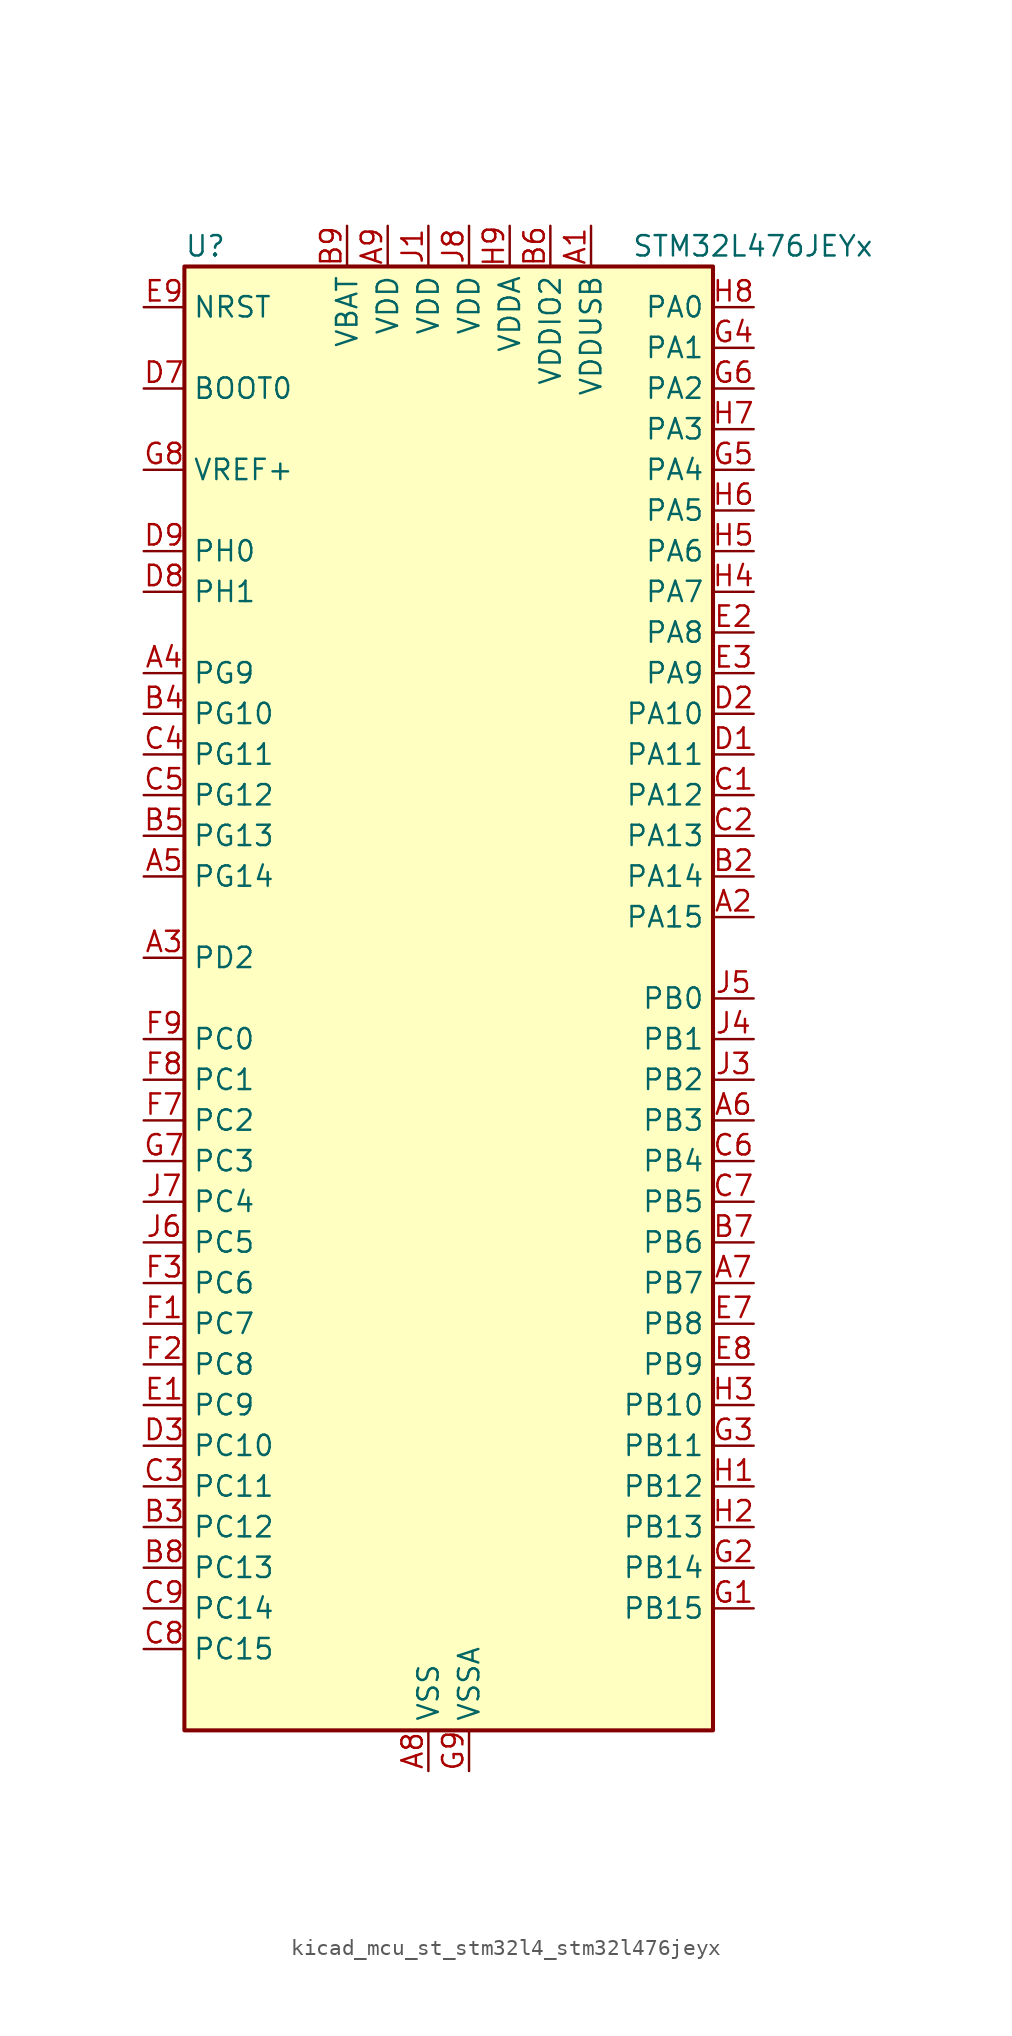
<source format=kicad_sym>
(kicad_symbol_lib
  (version 20220914)
  (generator kicad_symbol_editor)
  (symbol "kicad_mcu_st_stm32l4_stm32l476jeyx"
    (property "Reference" "U"
      (at -15.24 46.99 0)
      (effects (font (size 1.27 1.27)) (justify left)))
    (property "Value" "STM32L476JEYx"
      (at 12.7 46.99 0)
      (effects (font (size 1.27 1.27)) (justify left)))
    (property "ki_locked" ""
      (at 0 0 0)
      (effects (font (size 1.27 1.27))))
    (symbol "kicad_mcu_st_stm32l4_stm32l476jeyx_0_1"
      (rectangle (start -15.24 -45.72) (end 17.78 45.72) (stroke (width 0.254) (type default)) (fill (type background))))
    (symbol "kicad_mcu_st_stm32l4_stm32l476jeyx_1_1"
      (pin power_in line (at 10.16 48.26 270) (length 2.54) (name "VDDUSB" (effects (font (size 1.27 1.27)))) (number "A1" (effects (font (size 1.27 1.27)))))
      (pin bidirectional line (at 20.32 5.08 180) (length 2.54) (name "PA15" (effects (font (size 1.27 1.27)))) (number "A2" (effects (font (size 1.27 1.27)))) (alternate "ADC1_EXTI15" bidirectional line) (alternate "ADC2_EXTI15" bidirectional line) (alternate "ADC3_EXTI15" bidirectional line) (alternate "LCD_SEG17" bidirectional line) (alternate "SAI2_FS_B" bidirectional line) (alternate "SPI1_NSS" bidirectional line) (alternate "SPI3_NSS" bidirectional line) (alternate "SYS_JTDI" bidirectional line) (alternate "TIM2_CH1" bidirectional line) (alternate "TIM2_ETR" bidirectional line) (alternate "TSC_G3_IO1" bidirectional line) (alternate "UART4_DE" bidirectional line) (alternate "UART4_RTS" bidirectional line))
      (pin bidirectional line (at -17.78 2.54 0) (length 2.54) (name "PD2" (effects (font (size 1.27 1.27)))) (number "A3" (effects (font (size 1.27 1.27)))) (alternate "LCD_COM7" bidirectional line) (alternate "LCD_SEG31" bidirectional line) (alternate "LCD_SEG43" bidirectional line) (alternate "SDMMC1_CMD" bidirectional line) (alternate "TIM3_ETR" bidirectional line) (alternate "TSC_SYNC" bidirectional line) (alternate "UART5_RX" bidirectional line) (alternate "USART3_DE" bidirectional line) (alternate "USART3_RTS" bidirectional line))
      (pin bidirectional line (at -17.78 20.32 0) (length 2.54) (name "PG9" (effects (font (size 1.27 1.27)))) (number "A4" (effects (font (size 1.27 1.27)))) (alternate "DAC1_EXTI9" bidirectional line) (alternate "SAI2_SCK_A" bidirectional line) (alternate "SPI3_SCK" bidirectional line) (alternate "TIM15_CH1N" bidirectional line) (alternate "USART1_TX" bidirectional line))
      (pin bidirectional line (at -17.78 7.62 0) (length 2.54) (name "PG14" (effects (font (size 1.27 1.27)))) (number "A5" (effects (font (size 1.27 1.27)))) (alternate "I2C1_SCL" bidirectional line))
      (pin bidirectional line (at 20.32 -7.62 180) (length 2.54) (name "PB3" (effects (font (size 1.27 1.27)))) (number "A6" (effects (font (size 1.27 1.27)))) (alternate "COMP2_INM" bidirectional line) (alternate "LCD_SEG7" bidirectional line) (alternate "SAI1_SCK_B" bidirectional line) (alternate "SPI1_SCK" bidirectional line) (alternate "SPI3_SCK" bidirectional line) (alternate "SYS_JTDO-SWO" bidirectional line) (alternate "TIM2_CH2" bidirectional line) (alternate "USART1_DE" bidirectional line) (alternate "USART1_RTS" bidirectional line))
      (pin bidirectional line (at 20.32 -17.78 180) (length 2.54) (name "PB7" (effects (font (size 1.27 1.27)))) (number "A7" (effects (font (size 1.27 1.27)))) (alternate "COMP2_INM" bidirectional line) (alternate "DFSDM1_CKIN5" bidirectional line) (alternate "I2C1_SDA" bidirectional line) (alternate "LCD_SEG21" bidirectional line) (alternate "LPTIM1_IN2" bidirectional line) (alternate "SYS_PVD_IN" bidirectional line) (alternate "TIM17_CH1N" bidirectional line) (alternate "TIM4_CH2" bidirectional line) (alternate "TIM8_BKIN" bidirectional line) (alternate "TIM8_BKIN_COMP1" bidirectional line) (alternate "TSC_G2_IO4" bidirectional line) (alternate "UART4_CTS" bidirectional line) (alternate "USART1_RX" bidirectional line))
      (pin power_in line (at 0 -48.26 90) (length 2.54) (name "VSS" (effects (font (size 1.27 1.27)))) (number "A8" (effects (font (size 1.27 1.27)))))
      (pin power_in line (at -2.54 48.26 270) (length 2.54) (name "VDD" (effects (font (size 1.27 1.27)))) (number "A9" (effects (font (size 1.27 1.27)))))
      (pin passive line (at 0 -48.26 90) (length 2.54) hide (name "VSS" (effects (font (size 1.27 1.27)))) (number "B1" (effects (font (size 1.27 1.27)))))
      (pin bidirectional line (at 20.32 7.62 180) (length 2.54) (name "PA14" (effects (font (size 1.27 1.27)))) (number "B2" (effects (font (size 1.27 1.27)))) (alternate "SYS_JTCK-SWCLK" bidirectional line))
      (pin bidirectional line (at -17.78 -33.02 0) (length 2.54) (name "PC12" (effects (font (size 1.27 1.27)))) (number "B3" (effects (font (size 1.27 1.27)))) (alternate "LCD_COM6" bidirectional line) (alternate "LCD_SEG30" bidirectional line) (alternate "LCD_SEG42" bidirectional line) (alternate "SAI2_SD_B" bidirectional line) (alternate "SDMMC1_CK" bidirectional line) (alternate "SPI3_MOSI" bidirectional line) (alternate "TSC_G3_IO4" bidirectional line) (alternate "UART5_TX" bidirectional line) (alternate "USART3_CK" bidirectional line))
      (pin bidirectional line (at -17.78 17.78 0) (length 2.54) (name "PG10" (effects (font (size 1.27 1.27)))) (number "B4" (effects (font (size 1.27 1.27)))) (alternate "LPTIM1_IN1" bidirectional line) (alternate "SAI2_FS_A" bidirectional line) (alternate "SPI3_MISO" bidirectional line) (alternate "TIM15_CH1" bidirectional line) (alternate "USART1_RX" bidirectional line))
      (pin bidirectional line (at -17.78 10.16 0) (length 2.54) (name "PG13" (effects (font (size 1.27 1.27)))) (number "B5" (effects (font (size 1.27 1.27)))) (alternate "I2C1_SDA" bidirectional line) (alternate "USART1_CK" bidirectional line))
      (pin power_in line (at 7.62 48.26 270) (length 2.54) (name "VDDIO2" (effects (font (size 1.27 1.27)))) (number "B6" (effects (font (size 1.27 1.27)))))
      (pin bidirectional line (at 20.32 -15.24 180) (length 2.54) (name "PB6" (effects (font (size 1.27 1.27)))) (number "B7" (effects (font (size 1.27 1.27)))) (alternate "COMP2_INP" bidirectional line) (alternate "DFSDM1_DATIN5" bidirectional line) (alternate "I2C1_SCL" bidirectional line) (alternate "LPTIM1_ETR" bidirectional line) (alternate "SAI1_FS_B" bidirectional line) (alternate "TIM16_CH1N" bidirectional line) (alternate "TIM4_CH1" bidirectional line) (alternate "TIM8_BKIN2" bidirectional line) (alternate "TIM8_BKIN2_COMP2" bidirectional line) (alternate "TSC_G2_IO3" bidirectional line) (alternate "USART1_TX" bidirectional line))
      (pin bidirectional line (at -17.78 -35.56 0) (length 2.54) (name "PC13" (effects (font (size 1.27 1.27)))) (number "B8" (effects (font (size 1.27 1.27)))) (alternate "RTC_OUT_ALARM" bidirectional line) (alternate "RTC_OUT_CALIB" bidirectional line) (alternate "RTC_TAMP1" bidirectional line) (alternate "RTC_TS" bidirectional line) (alternate "SYS_WKUP2" bidirectional line))
      (pin power_in line (at -5.08 48.26 270) (length 2.54) (name "VBAT" (effects (font (size 1.27 1.27)))) (number "B9" (effects (font (size 1.27 1.27)))))
      (pin bidirectional line (at 20.32 12.7 180) (length 2.54) (name "PA12" (effects (font (size 1.27 1.27)))) (number "C1" (effects (font (size 1.27 1.27)))) (alternate "CAN1_TX" bidirectional line) (alternate "TIM1_ETR" bidirectional line) (alternate "USART1_DE" bidirectional line) (alternate "USART1_RTS" bidirectional line) (alternate "USB_OTG_FS_DP" bidirectional line))
      (pin bidirectional line (at 20.32 10.16 180) (length 2.54) (name "PA13" (effects (font (size 1.27 1.27)))) (number "C2" (effects (font (size 1.27 1.27)))) (alternate "IR_OUT" bidirectional line) (alternate "SYS_JTMS-SWDIO" bidirectional line) (alternate "USB_OTG_FS_NOE" bidirectional line))
      (pin bidirectional line (at -17.78 -30.48 0) (length 2.54) (name "PC11" (effects (font (size 1.27 1.27)))) (number "C3" (effects (font (size 1.27 1.27)))) (alternate "ADC1_EXTI11" bidirectional line) (alternate "ADC2_EXTI11" bidirectional line) (alternate "ADC3_EXTI11" bidirectional line) (alternate "LCD_COM5" bidirectional line) (alternate "LCD_SEG29" bidirectional line) (alternate "LCD_SEG41" bidirectional line) (alternate "SAI2_MCLK_B" bidirectional line) (alternate "SDMMC1_D3" bidirectional line) (alternate "SPI3_MISO" bidirectional line) (alternate "TSC_G3_IO3" bidirectional line) (alternate "UART4_RX" bidirectional line) (alternate "USART3_RX" bidirectional line))
      (pin bidirectional line (at -17.78 15.24 0) (length 2.54) (name "PG11" (effects (font (size 1.27 1.27)))) (number "C4" (effects (font (size 1.27 1.27)))) (alternate "ADC1_EXTI11" bidirectional line) (alternate "ADC2_EXTI11" bidirectional line) (alternate "ADC3_EXTI11" bidirectional line) (alternate "LPTIM1_IN2" bidirectional line) (alternate "SAI2_MCLK_A" bidirectional line) (alternate "SPI3_MOSI" bidirectional line) (alternate "TIM15_CH2" bidirectional line) (alternate "USART1_CTS" bidirectional line))
      (pin bidirectional line (at -17.78 12.7 0) (length 2.54) (name "PG12" (effects (font (size 1.27 1.27)))) (number "C5" (effects (font (size 1.27 1.27)))) (alternate "LPTIM1_ETR" bidirectional line) (alternate "SAI2_SD_A" bidirectional line) (alternate "SPI3_NSS" bidirectional line) (alternate "USART1_DE" bidirectional line) (alternate "USART1_RTS" bidirectional line))
      (pin bidirectional line (at 20.32 -10.16 180) (length 2.54) (name "PB4" (effects (font (size 1.27 1.27)))) (number "C6" (effects (font (size 1.27 1.27)))) (alternate "COMP2_INP" bidirectional line) (alternate "LCD_SEG8" bidirectional line) (alternate "SAI1_MCLK_B" bidirectional line) (alternate "SPI1_MISO" bidirectional line) (alternate "SPI3_MISO" bidirectional line) (alternate "SYS_JTRST" bidirectional line) (alternate "TIM17_BKIN" bidirectional line) (alternate "TIM3_CH1" bidirectional line) (alternate "TSC_G2_IO1" bidirectional line) (alternate "UART5_DE" bidirectional line) (alternate "UART5_RTS" bidirectional line) (alternate "USART1_CTS" bidirectional line))
      (pin bidirectional line (at 20.32 -12.7 180) (length 2.54) (name "PB5" (effects (font (size 1.27 1.27)))) (number "C7" (effects (font (size 1.27 1.27)))) (alternate "COMP2_OUT" bidirectional line) (alternate "I2C1_SMBA" bidirectional line) (alternate "LCD_SEG9" bidirectional line) (alternate "LPTIM1_IN1" bidirectional line) (alternate "SAI1_SD_B" bidirectional line) (alternate "SPI1_MOSI" bidirectional line) (alternate "SPI3_MOSI" bidirectional line) (alternate "TIM16_BKIN" bidirectional line) (alternate "TIM3_CH2" bidirectional line) (alternate "TSC_G2_IO2" bidirectional line) (alternate "UART5_CTS" bidirectional line) (alternate "USART1_CK" bidirectional line))
      (pin bidirectional line (at -17.78 -40.64 0) (length 2.54) (name "PC15" (effects (font (size 1.27 1.27)))) (number "C8" (effects (font (size 1.27 1.27)))) (alternate "ADC1_EXTI15" bidirectional line) (alternate "ADC2_EXTI15" bidirectional line) (alternate "ADC3_EXTI15" bidirectional line) (alternate "RCC_OSC32_OUT" bidirectional line))
      (pin bidirectional line (at -17.78 -38.1 0) (length 2.54) (name "PC14" (effects (font (size 1.27 1.27)))) (number "C9" (effects (font (size 1.27 1.27)))) (alternate "RCC_OSC32_IN" bidirectional line))
      (pin bidirectional line (at 20.32 15.24 180) (length 2.54) (name "PA11" (effects (font (size 1.27 1.27)))) (number "D1" (effects (font (size 1.27 1.27)))) (alternate "ADC1_EXTI11" bidirectional line) (alternate "ADC2_EXTI11" bidirectional line) (alternate "ADC3_EXTI11" bidirectional line) (alternate "CAN1_RX" bidirectional line) (alternate "TIM1_BKIN2" bidirectional line) (alternate "TIM1_BKIN2_COMP1" bidirectional line) (alternate "TIM1_CH4" bidirectional line) (alternate "USART1_CTS" bidirectional line) (alternate "USB_OTG_FS_DM" bidirectional line))
      (pin bidirectional line (at 20.32 17.78 180) (length 2.54) (name "PA10" (effects (font (size 1.27 1.27)))) (number "D2" (effects (font (size 1.27 1.27)))) (alternate "LCD_COM2" bidirectional line) (alternate "TIM17_BKIN" bidirectional line) (alternate "TIM1_CH3" bidirectional line) (alternate "USART1_RX" bidirectional line) (alternate "USB_OTG_FS_ID" bidirectional line))
      (pin bidirectional line (at -17.78 -27.94 0) (length 2.54) (name "PC10" (effects (font (size 1.27 1.27)))) (number "D3" (effects (font (size 1.27 1.27)))) (alternate "LCD_COM4" bidirectional line) (alternate "LCD_SEG28" bidirectional line) (alternate "LCD_SEG40" bidirectional line) (alternate "SAI2_SCK_B" bidirectional line) (alternate "SDMMC1_D2" bidirectional line) (alternate "SPI3_SCK" bidirectional line) (alternate "TSC_G3_IO2" bidirectional line) (alternate "UART4_TX" bidirectional line) (alternate "USART3_TX" bidirectional line))
      (pin input line (at -17.78 38.1 0) (length 2.54) (name "BOOT0" (effects (font (size 1.27 1.27)))) (number "D7" (effects (font (size 1.27 1.27)))))
      (pin bidirectional line (at -17.78 25.4 0) (length 2.54) (name "PH1" (effects (font (size 1.27 1.27)))) (number "D8" (effects (font (size 1.27 1.27)))) (alternate "RCC_OSC_OUT" bidirectional line))
      (pin bidirectional line (at -17.78 27.94 0) (length 2.54) (name "PH0" (effects (font (size 1.27 1.27)))) (number "D9" (effects (font (size 1.27 1.27)))) (alternate "RCC_OSC_IN" bidirectional line))
      (pin bidirectional line (at -17.78 -25.4 0) (length 2.54) (name "PC9" (effects (font (size 1.27 1.27)))) (number "E1" (effects (font (size 1.27 1.27)))) (alternate "DAC1_EXTI9" bidirectional line) (alternate "LCD_SEG27" bidirectional line) (alternate "SAI2_EXTCLK" bidirectional line) (alternate "SDMMC1_D1" bidirectional line) (alternate "TIM3_CH4" bidirectional line) (alternate "TIM8_BKIN2" bidirectional line) (alternate "TIM8_BKIN2_COMP1" bidirectional line) (alternate "TIM8_CH4" bidirectional line) (alternate "TSC_G4_IO4" bidirectional line) (alternate "USB_OTG_FS_NOE" bidirectional line))
      (pin bidirectional line (at 20.32 22.86 180) (length 2.54) (name "PA8" (effects (font (size 1.27 1.27)))) (number "E2" (effects (font (size 1.27 1.27)))) (alternate "LCD_COM0" bidirectional line) (alternate "LPTIM2_OUT" bidirectional line) (alternate "RCC_MCO" bidirectional line) (alternate "TIM1_CH1" bidirectional line) (alternate "USART1_CK" bidirectional line) (alternate "USB_OTG_FS_SOF" bidirectional line))
      (pin bidirectional line (at 20.32 20.32 180) (length 2.54) (name "PA9" (effects (font (size 1.27 1.27)))) (number "E3" (effects (font (size 1.27 1.27)))) (alternate "DAC1_EXTI9" bidirectional line) (alternate "LCD_COM1" bidirectional line) (alternate "TIM15_BKIN" bidirectional line) (alternate "TIM1_CH2" bidirectional line) (alternate "USART1_TX" bidirectional line) (alternate "USB_OTG_FS_VBUS" bidirectional line))
      (pin bidirectional line (at 20.32 -20.32 180) (length 2.54) (name "PB8" (effects (font (size 1.27 1.27)))) (number "E7" (effects (font (size 1.27 1.27)))) (alternate "CAN1_RX" bidirectional line) (alternate "DFSDM1_DATIN6" bidirectional line) (alternate "I2C1_SCL" bidirectional line) (alternate "LCD_SEG16" bidirectional line) (alternate "SAI1_MCLK_A" bidirectional line) (alternate "SDMMC1_D4" bidirectional line) (alternate "TIM16_CH1" bidirectional line) (alternate "TIM4_CH3" bidirectional line))
      (pin bidirectional line (at 20.32 -22.86 180) (length 2.54) (name "PB9" (effects (font (size 1.27 1.27)))) (number "E8" (effects (font (size 1.27 1.27)))) (alternate "CAN1_TX" bidirectional line) (alternate "DAC1_EXTI9" bidirectional line) (alternate "DFSDM1_CKIN6" bidirectional line) (alternate "I2C1_SDA" bidirectional line) (alternate "IR_OUT" bidirectional line) (alternate "LCD_COM3" bidirectional line) (alternate "SAI1_FS_A" bidirectional line) (alternate "SDMMC1_D5" bidirectional line) (alternate "SPI2_NSS" bidirectional line) (alternate "TIM17_CH1" bidirectional line) (alternate "TIM4_CH4" bidirectional line))
      (pin input line (at -17.78 43.18 0) (length 2.54) (name "NRST" (effects (font (size 1.27 1.27)))) (number "E9" (effects (font (size 1.27 1.27)))))
      (pin bidirectional line (at -17.78 -20.32 0) (length 2.54) (name "PC7" (effects (font (size 1.27 1.27)))) (number "F1" (effects (font (size 1.27 1.27)))) (alternate "DFSDM1_DATIN3" bidirectional line) (alternate "LCD_SEG25" bidirectional line) (alternate "SAI2_MCLK_B" bidirectional line) (alternate "SDMMC1_D7" bidirectional line) (alternate "TIM3_CH2" bidirectional line) (alternate "TIM8_CH2" bidirectional line) (alternate "TSC_G4_IO2" bidirectional line))
      (pin bidirectional line (at -17.78 -22.86 0) (length 2.54) (name "PC8" (effects (font (size 1.27 1.27)))) (number "F2" (effects (font (size 1.27 1.27)))) (alternate "LCD_SEG26" bidirectional line) (alternate "SDMMC1_D0" bidirectional line) (alternate "TIM3_CH3" bidirectional line) (alternate "TIM8_CH3" bidirectional line) (alternate "TSC_G4_IO3" bidirectional line))
      (pin bidirectional line (at -17.78 -17.78 0) (length 2.54) (name "PC6" (effects (font (size 1.27 1.27)))) (number "F3" (effects (font (size 1.27 1.27)))) (alternate "DFSDM1_CKIN3" bidirectional line) (alternate "LCD_SEG24" bidirectional line) (alternate "SAI2_MCLK_A" bidirectional line) (alternate "SDMMC1_D6" bidirectional line) (alternate "TIM3_CH1" bidirectional line) (alternate "TIM8_CH1" bidirectional line) (alternate "TSC_G4_IO1" bidirectional line))
      (pin bidirectional line (at -17.78 -7.62 0) (length 2.54) (name "PC2" (effects (font (size 1.27 1.27)))) (number "F7" (effects (font (size 1.27 1.27)))) (alternate "ADC1_IN3" bidirectional line) (alternate "ADC2_IN3" bidirectional line) (alternate "ADC3_IN3" bidirectional line) (alternate "DFSDM1_CKOUT" bidirectional line) (alternate "LCD_SEG20" bidirectional line) (alternate "LPTIM1_IN2" bidirectional line) (alternate "SPI2_MISO" bidirectional line))
      (pin bidirectional line (at -17.78 -5.08 0) (length 2.54) (name "PC1" (effects (font (size 1.27 1.27)))) (number "F8" (effects (font (size 1.27 1.27)))) (alternate "ADC1_IN2" bidirectional line) (alternate "ADC2_IN2" bidirectional line) (alternate "ADC3_IN2" bidirectional line) (alternate "DFSDM1_CKIN4" bidirectional line) (alternate "I2C3_SDA" bidirectional line) (alternate "LCD_SEG19" bidirectional line) (alternate "LPTIM1_OUT" bidirectional line) (alternate "LPUART1_TX" bidirectional line))
      (pin bidirectional line (at -17.78 -2.54 0) (length 2.54) (name "PC0" (effects (font (size 1.27 1.27)))) (number "F9" (effects (font (size 1.27 1.27)))) (alternate "ADC1_IN1" bidirectional line) (alternate "ADC2_IN1" bidirectional line) (alternate "ADC3_IN1" bidirectional line) (alternate "DFSDM1_DATIN4" bidirectional line) (alternate "I2C3_SCL" bidirectional line) (alternate "LCD_SEG18" bidirectional line) (alternate "LPTIM1_IN1" bidirectional line) (alternate "LPTIM2_IN1" bidirectional line) (alternate "LPUART1_RX" bidirectional line))
      (pin bidirectional line (at 20.32 -38.1 180) (length 2.54) (name "PB15" (effects (font (size 1.27 1.27)))) (number "G1" (effects (font (size 1.27 1.27)))) (alternate "ADC1_EXTI15" bidirectional line) (alternate "ADC2_EXTI15" bidirectional line) (alternate "ADC3_EXTI15" bidirectional line) (alternate "DFSDM1_CKIN2" bidirectional line) (alternate "LCD_SEG15" bidirectional line) (alternate "RTC_REFIN" bidirectional line) (alternate "SAI2_SD_A" bidirectional line) (alternate "SPI2_MOSI" bidirectional line) (alternate "SWPMI1_SUSPEND" bidirectional line) (alternate "TIM15_CH2" bidirectional line) (alternate "TIM1_CH3N" bidirectional line) (alternate "TIM8_CH3N" bidirectional line) (alternate "TSC_G1_IO4" bidirectional line))
      (pin bidirectional line (at 20.32 -35.56 180) (length 2.54) (name "PB14" (effects (font (size 1.27 1.27)))) (number "G2" (effects (font (size 1.27 1.27)))) (alternate "DFSDM1_DATIN2" bidirectional line) (alternate "I2C2_SDA" bidirectional line) (alternate "LCD_SEG14" bidirectional line) (alternate "SAI2_MCLK_A" bidirectional line) (alternate "SPI2_MISO" bidirectional line) (alternate "SWPMI1_RX" bidirectional line) (alternate "TIM15_CH1" bidirectional line) (alternate "TIM1_CH2N" bidirectional line) (alternate "TIM8_CH2N" bidirectional line) (alternate "TSC_G1_IO3" bidirectional line) (alternate "USART3_DE" bidirectional line) (alternate "USART3_RTS" bidirectional line))
      (pin bidirectional line (at 20.32 -27.94 180) (length 2.54) (name "PB11" (effects (font (size 1.27 1.27)))) (number "G3" (effects (font (size 1.27 1.27)))) (alternate "ADC1_EXTI11" bidirectional line) (alternate "ADC2_EXTI11" bidirectional line) (alternate "ADC3_EXTI11" bidirectional line) (alternate "COMP2_OUT" bidirectional line) (alternate "DFSDM1_CKIN7" bidirectional line) (alternate "I2C2_SDA" bidirectional line) (alternate "LCD_SEG11" bidirectional line) (alternate "LPUART1_TX" bidirectional line) (alternate "QUADSPI_NCS" bidirectional line) (alternate "TIM2_CH4" bidirectional line) (alternate "USART3_RX" bidirectional line))
      (pin bidirectional line (at 20.32 40.64 180) (length 2.54) (name "PA1" (effects (font (size 1.27 1.27)))) (number "G4" (effects (font (size 1.27 1.27)))) (alternate "ADC1_IN6" bidirectional line) (alternate "ADC2_IN6" bidirectional line) (alternate "LCD_SEG0" bidirectional line) (alternate "OPAMP1_VINM" bidirectional line) (alternate "TIM15_CH1N" bidirectional line) (alternate "TIM2_CH2" bidirectional line) (alternate "TIM5_CH2" bidirectional line) (alternate "UART4_RX" bidirectional line) (alternate "USART2_DE" bidirectional line) (alternate "USART2_RTS" bidirectional line))
      (pin bidirectional line (at 20.32 33.02 180) (length 2.54) (name "PA4" (effects (font (size 1.27 1.27)))) (number "G5" (effects (font (size 1.27 1.27)))) (alternate "ADC1_IN9" bidirectional line) (alternate "ADC2_IN9" bidirectional line) (alternate "DAC1_OUT1" bidirectional line) (alternate "LPTIM2_OUT" bidirectional line) (alternate "SAI1_FS_B" bidirectional line) (alternate "SPI1_NSS" bidirectional line) (alternate "SPI3_NSS" bidirectional line) (alternate "USART2_CK" bidirectional line))
      (pin bidirectional line (at 20.32 38.1 180) (length 2.54) (name "PA2" (effects (font (size 1.27 1.27)))) (number "G6" (effects (font (size 1.27 1.27)))) (alternate "ADC1_IN7" bidirectional line) (alternate "ADC2_IN7" bidirectional line) (alternate "LCD_SEG1" bidirectional line) (alternate "RCC_LSCO" bidirectional line) (alternate "SAI2_EXTCLK" bidirectional line) (alternate "SYS_WKUP4" bidirectional line) (alternate "TIM15_CH1" bidirectional line) (alternate "TIM2_CH3" bidirectional line) (alternate "TIM5_CH3" bidirectional line) (alternate "USART2_TX" bidirectional line))
      (pin bidirectional line (at -17.78 -10.16 0) (length 2.54) (name "PC3" (effects (font (size 1.27 1.27)))) (number "G7" (effects (font (size 1.27 1.27)))) (alternate "ADC1_IN4" bidirectional line) (alternate "ADC2_IN4" bidirectional line) (alternate "ADC3_IN4" bidirectional line) (alternate "LCD_VLCD" bidirectional line) (alternate "LPTIM1_ETR" bidirectional line) (alternate "LPTIM2_ETR" bidirectional line) (alternate "SAI1_SD_A" bidirectional line) (alternate "SPI2_MOSI" bidirectional line))
      (pin input line (at -17.78 33.02 0) (length 2.54) (name "VREF+" (effects (font (size 1.27 1.27)))) (number "G8" (effects (font (size 1.27 1.27)))) (alternate "VREFBUF_OUT" bidirectional line))
      (pin power_in line (at 2.54 -48.26 90) (length 2.54) (name "VSSA" (effects (font (size 1.27 1.27)))) (number "G9" (effects (font (size 1.27 1.27)))))
      (pin bidirectional line (at 20.32 -30.48 180) (length 2.54) (name "PB12" (effects (font (size 1.27 1.27)))) (number "H1" (effects (font (size 1.27 1.27)))) (alternate "DFSDM1_DATIN1" bidirectional line) (alternate "I2C2_SMBA" bidirectional line) (alternate "LCD_SEG12" bidirectional line) (alternate "LPUART1_DE" bidirectional line) (alternate "LPUART1_RTS" bidirectional line) (alternate "SAI2_FS_A" bidirectional line) (alternate "SPI2_NSS" bidirectional line) (alternate "SWPMI1_IO" bidirectional line) (alternate "TIM15_BKIN" bidirectional line) (alternate "TIM1_BKIN" bidirectional line) (alternate "TIM1_BKIN_COMP2" bidirectional line) (alternate "TSC_G1_IO1" bidirectional line) (alternate "USART3_CK" bidirectional line))
      (pin bidirectional line (at 20.32 -33.02 180) (length 2.54) (name "PB13" (effects (font (size 1.27 1.27)))) (number "H2" (effects (font (size 1.27 1.27)))) (alternate "DFSDM1_CKIN1" bidirectional line) (alternate "I2C2_SCL" bidirectional line) (alternate "LCD_SEG13" bidirectional line) (alternate "LPUART1_CTS" bidirectional line) (alternate "SAI2_SCK_A" bidirectional line) (alternate "SPI2_SCK" bidirectional line) (alternate "SWPMI1_TX" bidirectional line) (alternate "TIM15_CH1N" bidirectional line) (alternate "TIM1_CH1N" bidirectional line) (alternate "TSC_G1_IO2" bidirectional line) (alternate "USART3_CTS" bidirectional line))
      (pin bidirectional line (at 20.32 -25.4 180) (length 2.54) (name "PB10" (effects (font (size 1.27 1.27)))) (number "H3" (effects (font (size 1.27 1.27)))) (alternate "COMP1_OUT" bidirectional line) (alternate "DFSDM1_DATIN7" bidirectional line) (alternate "I2C2_SCL" bidirectional line) (alternate "LCD_SEG10" bidirectional line) (alternate "LPUART1_RX" bidirectional line) (alternate "QUADSPI_CLK" bidirectional line) (alternate "SAI1_SCK_A" bidirectional line) (alternate "SPI2_SCK" bidirectional line) (alternate "TIM2_CH3" bidirectional line) (alternate "USART3_TX" bidirectional line))
      (pin bidirectional line (at 20.32 25.4 180) (length 2.54) (name "PA7" (effects (font (size 1.27 1.27)))) (number "H4" (effects (font (size 1.27 1.27)))) (alternate "ADC1_IN12" bidirectional line) (alternate "ADC2_IN12" bidirectional line) (alternate "LCD_SEG4" bidirectional line) (alternate "OPAMP2_VINM" bidirectional line) (alternate "QUADSPI_BK1_IO2" bidirectional line) (alternate "SPI1_MOSI" bidirectional line) (alternate "TIM17_CH1" bidirectional line) (alternate "TIM1_CH1N" bidirectional line) (alternate "TIM3_CH2" bidirectional line) (alternate "TIM8_CH1N" bidirectional line))
      (pin bidirectional line (at 20.32 27.94 180) (length 2.54) (name "PA6" (effects (font (size 1.27 1.27)))) (number "H5" (effects (font (size 1.27 1.27)))) (alternate "ADC1_IN11" bidirectional line) (alternate "ADC2_IN11" bidirectional line) (alternate "LCD_SEG3" bidirectional line) (alternate "OPAMP2_VINP" bidirectional line) (alternate "QUADSPI_BK1_IO3" bidirectional line) (alternate "SPI1_MISO" bidirectional line) (alternate "TIM16_CH1" bidirectional line) (alternate "TIM1_BKIN" bidirectional line) (alternate "TIM1_BKIN_COMP2" bidirectional line) (alternate "TIM3_CH1" bidirectional line) (alternate "TIM8_BKIN" bidirectional line) (alternate "TIM8_BKIN_COMP2" bidirectional line) (alternate "USART3_CTS" bidirectional line))
      (pin bidirectional line (at 20.32 30.48 180) (length 2.54) (name "PA5" (effects (font (size 1.27 1.27)))) (number "H6" (effects (font (size 1.27 1.27)))) (alternate "ADC1_IN10" bidirectional line) (alternate "ADC2_IN10" bidirectional line) (alternate "DAC1_OUT2" bidirectional line) (alternate "LPTIM2_ETR" bidirectional line) (alternate "SPI1_SCK" bidirectional line) (alternate "TIM2_CH1" bidirectional line) (alternate "TIM2_ETR" bidirectional line) (alternate "TIM8_CH1N" bidirectional line))
      (pin bidirectional line (at 20.32 35.56 180) (length 2.54) (name "PA3" (effects (font (size 1.27 1.27)))) (number "H7" (effects (font (size 1.27 1.27)))) (alternate "ADC1_IN8" bidirectional line) (alternate "ADC2_IN8" bidirectional line) (alternate "LCD_SEG2" bidirectional line) (alternate "OPAMP1_VOUT" bidirectional line) (alternate "TIM15_CH2" bidirectional line) (alternate "TIM2_CH4" bidirectional line) (alternate "TIM5_CH4" bidirectional line) (alternate "USART2_RX" bidirectional line))
      (pin bidirectional line (at 20.32 43.18 180) (length 2.54) (name "PA0" (effects (font (size 1.27 1.27)))) (number "H8" (effects (font (size 1.27 1.27)))) (alternate "ADC1_IN5" bidirectional line) (alternate "ADC2_IN5" bidirectional line) (alternate "OPAMP1_VINP" bidirectional line) (alternate "RTC_TAMP2" bidirectional line) (alternate "SAI1_EXTCLK" bidirectional line) (alternate "SYS_WKUP1" bidirectional line) (alternate "TIM2_CH1" bidirectional line) (alternate "TIM2_ETR" bidirectional line) (alternate "TIM5_CH1" bidirectional line) (alternate "TIM8_ETR" bidirectional line) (alternate "UART4_TX" bidirectional line) (alternate "USART2_CTS" bidirectional line))
      (pin power_in line (at 5.08 48.26 270) (length 2.54) (name "VDDA" (effects (font (size 1.27 1.27)))) (number "H9" (effects (font (size 1.27 1.27)))))
      (pin power_in line (at 0 48.26 270) (length 2.54) (name "VDD" (effects (font (size 1.27 1.27)))) (number "J1" (effects (font (size 1.27 1.27)))))
      (pin passive line (at 0 -48.26 90) (length 2.54) hide (name "VSS" (effects (font (size 1.27 1.27)))) (number "J2" (effects (font (size 1.27 1.27)))))
      (pin bidirectional line (at 20.32 -5.08 180) (length 2.54) (name "PB2" (effects (font (size 1.27 1.27)))) (number "J3" (effects (font (size 1.27 1.27)))) (alternate "COMP1_INP" bidirectional line) (alternate "DFSDM1_CKIN0" bidirectional line) (alternate "I2C3_SMBA" bidirectional line) (alternate "LPTIM1_OUT" bidirectional line) (alternate "RTC_OUT_ALARM" bidirectional line) (alternate "RTC_OUT_CALIB" bidirectional line))
      (pin bidirectional line (at 20.32 -2.54 180) (length 2.54) (name "PB1" (effects (font (size 1.27 1.27)))) (number "J4" (effects (font (size 1.27 1.27)))) (alternate "ADC1_IN16" bidirectional line) (alternate "ADC2_IN16" bidirectional line) (alternate "COMP1_INM" bidirectional line) (alternate "DFSDM1_DATIN0" bidirectional line) (alternate "LCD_SEG6" bidirectional line) (alternate "LPTIM2_IN1" bidirectional line) (alternate "QUADSPI_BK1_IO0" bidirectional line) (alternate "TIM1_CH3N" bidirectional line) (alternate "TIM3_CH4" bidirectional line) (alternate "TIM8_CH3N" bidirectional line) (alternate "USART3_DE" bidirectional line) (alternate "USART3_RTS" bidirectional line))
      (pin bidirectional line (at 20.32 0 180) (length 2.54) (name "PB0" (effects (font (size 1.27 1.27)))) (number "J5" (effects (font (size 1.27 1.27)))) (alternate "ADC1_IN15" bidirectional line) (alternate "ADC2_IN15" bidirectional line) (alternate "COMP1_OUT" bidirectional line) (alternate "LCD_SEG5" bidirectional line) (alternate "OPAMP2_VOUT" bidirectional line) (alternate "QUADSPI_BK1_IO1" bidirectional line) (alternate "TIM1_CH2N" bidirectional line) (alternate "TIM3_CH3" bidirectional line) (alternate "TIM8_CH2N" bidirectional line) (alternate "USART3_CK" bidirectional line))
      (pin bidirectional line (at -17.78 -15.24 0) (length 2.54) (name "PC5" (effects (font (size 1.27 1.27)))) (number "J6" (effects (font (size 1.27 1.27)))) (alternate "ADC1_IN14" bidirectional line) (alternate "ADC2_IN14" bidirectional line) (alternate "COMP1_INP" bidirectional line) (alternate "LCD_SEG23" bidirectional line) (alternate "SYS_WKUP5" bidirectional line) (alternate "USART3_RX" bidirectional line))
      (pin bidirectional line (at -17.78 -12.7 0) (length 2.54) (name "PC4" (effects (font (size 1.27 1.27)))) (number "J7" (effects (font (size 1.27 1.27)))) (alternate "ADC1_IN13" bidirectional line) (alternate "ADC2_IN13" bidirectional line) (alternate "COMP1_INM" bidirectional line) (alternate "LCD_SEG22" bidirectional line) (alternate "USART3_TX" bidirectional line))
      (pin power_in line (at 2.54 48.26 270) (length 2.54) (name "VDD" (effects (font (size 1.27 1.27)))) (number "J8" (effects (font (size 1.27 1.27)))))
      (pin passive line (at 0 -48.26 90) (length 2.54) hide (name "VSS" (effects (font (size 1.27 1.27)))) (number "J9" (effects (font (size 1.27 1.27))))))))
</source>
